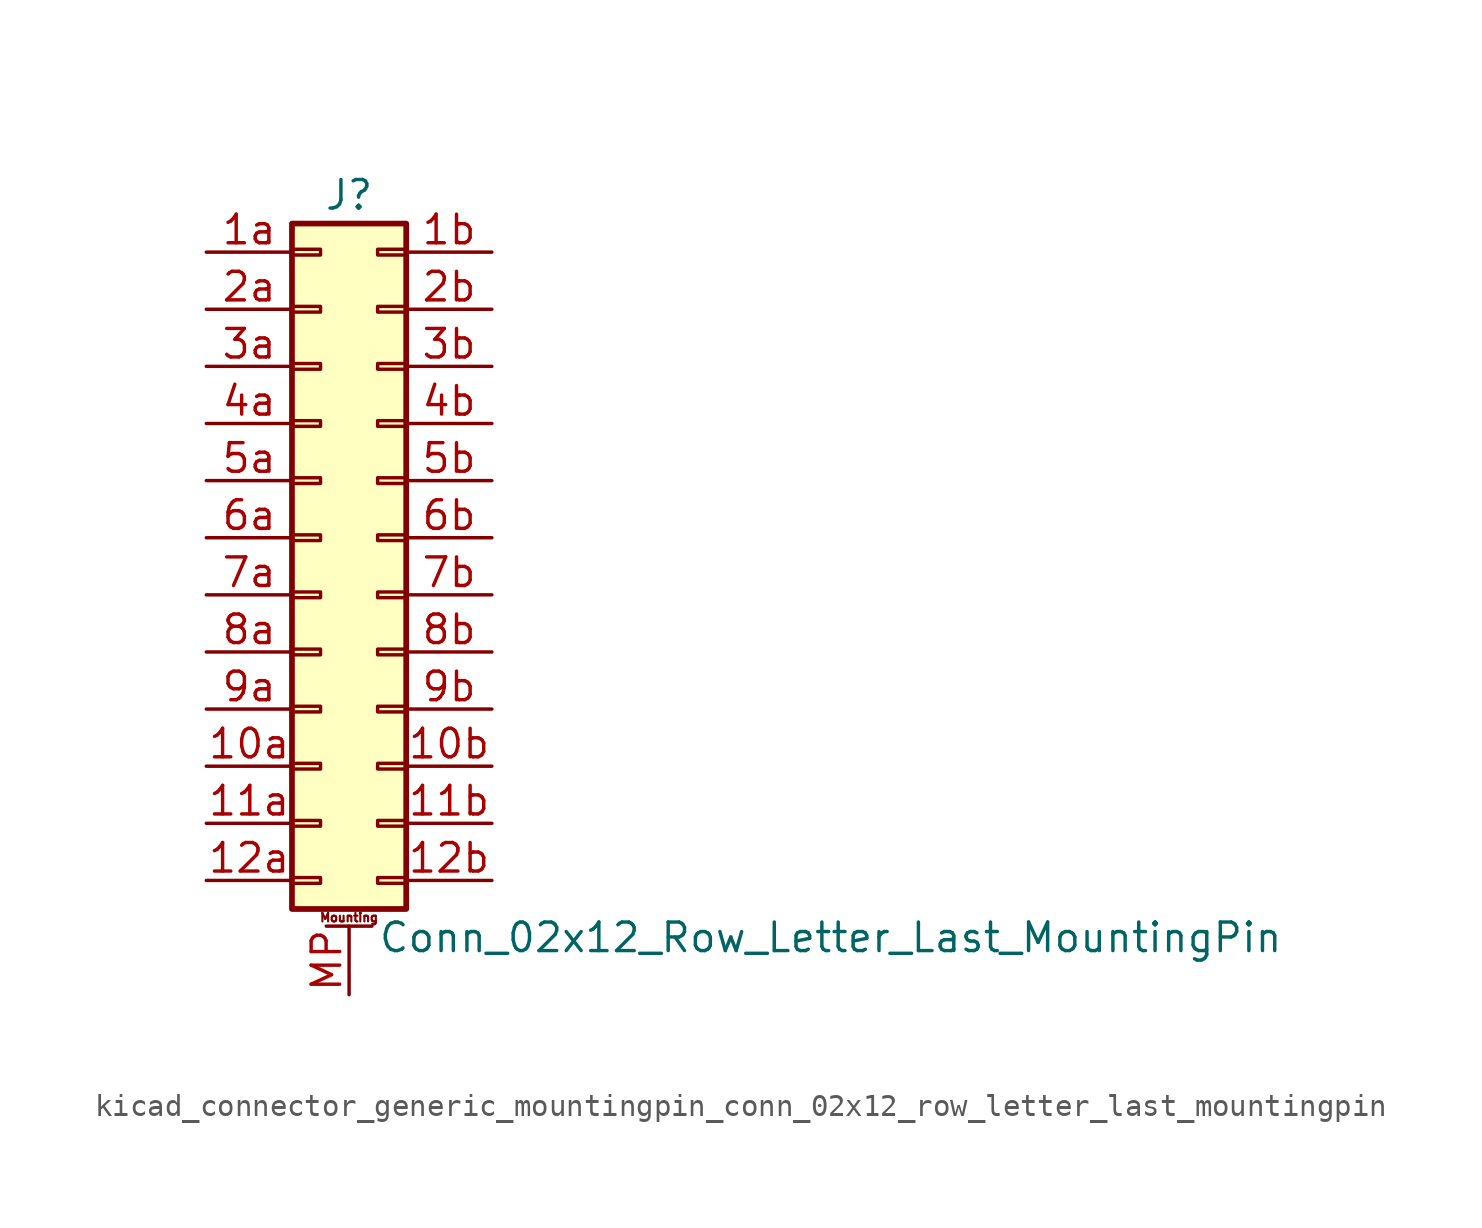
<source format=kicad_sym>
(kicad_symbol_lib
  (version 20220914)
  (generator kicad_symbol_editor)
  (symbol "kicad_connector_generic_mountingpin_conn_02x12_row_letter_last_mountingpin"
    (pin_names
      (offset 1.016) hide)
    (property "Reference" "J"
      (at 1.27 15.24 0)
      (effects (font (size 1.27 1.27))))
    (property "Value" "Conn_02x12_Row_Letter_Last_MountingPin"
      (at 2.54 -17.78 0)
      (effects (font (size 1.27 1.27)) (justify left)))
    (symbol "kicad_connector_generic_mountingpin_conn_02x12_row_letter_last_mountingpin_1_1"
      (rectangle (start -1.27 -15.113) (end 0 -15.367) (stroke (width 0.152) (type default)) (fill (type none)))
      (rectangle (start -1.27 -12.573) (end 0 -12.827) (stroke (width 0.152) (type default)) (fill (type none)))
      (rectangle (start -1.27 -10.033) (end 0 -10.287) (stroke (width 0.152) (type default)) (fill (type none)))
      (rectangle (start -1.27 -7.493) (end 0 -7.747) (stroke (width 0.152) (type default)) (fill (type none)))
      (rectangle (start -1.27 -4.953) (end 0 -5.207) (stroke (width 0.152) (type default)) (fill (type none)))
      (rectangle (start -1.27 -2.413) (end 0 -2.667) (stroke (width 0.152) (type default)) (fill (type none)))
      (rectangle (start -1.27 0.127) (end 0 -0.127) (stroke (width 0.152) (type default)) (fill (type none)))
      (rectangle (start -1.27 2.667) (end 0 2.413) (stroke (width 0.152) (type default)) (fill (type none)))
      (rectangle (start -1.27 5.207) (end 0 4.953) (stroke (width 0.152) (type default)) (fill (type none)))
      (rectangle (start -1.27 7.747) (end 0 7.493) (stroke (width 0.152) (type default)) (fill (type none)))
      (rectangle (start -1.27 10.287) (end 0 10.033) (stroke (width 0.152) (type default)) (fill (type none)))
      (rectangle (start -1.27 12.827) (end 0 12.573) (stroke (width 0.152) (type default)) (fill (type none)))
      (rectangle (start -1.27 13.97) (end 3.81 -16.51) (stroke (width 0.254) (type default)) (fill (type background)))
      (polyline (pts (xy 0.254 -17.272) (xy 2.286 -17.272)) (stroke (width 0.152) (type default)) (fill (type none)))
      (rectangle (start 3.81 -15.113) (end 2.54 -15.367) (stroke (width 0.152) (type default)) (fill (type none)))
      (rectangle (start 3.81 -12.573) (end 2.54 -12.827) (stroke (width 0.152) (type default)) (fill (type none)))
      (rectangle (start 3.81 -10.033) (end 2.54 -10.287) (stroke (width 0.152) (type default)) (fill (type none)))
      (rectangle (start 3.81 -7.493) (end 2.54 -7.747) (stroke (width 0.152) (type default)) (fill (type none)))
      (rectangle (start 3.81 -4.953) (end 2.54 -5.207) (stroke (width 0.152) (type default)) (fill (type none)))
      (rectangle (start 3.81 -2.413) (end 2.54 -2.667) (stroke (width 0.152) (type default)) (fill (type none)))
      (rectangle (start 3.81 0.127) (end 2.54 -0.127) (stroke (width 0.152) (type default)) (fill (type none)))
      (rectangle (start 3.81 2.667) (end 2.54 2.413) (stroke (width 0.152) (type default)) (fill (type none)))
      (rectangle (start 3.81 5.207) (end 2.54 4.953) (stroke (width 0.152) (type default)) (fill (type none)))
      (rectangle (start 3.81 7.747) (end 2.54 7.493) (stroke (width 0.152) (type default)) (fill (type none)))
      (rectangle (start 3.81 10.287) (end 2.54 10.033) (stroke (width 0.152) (type default)) (fill (type none)))
      (rectangle (start 3.81 12.827) (end 2.54 12.573) (stroke (width 0.152) (type default)) (fill (type none)))
      (text "Mounting" (at 1.27 -16.891 0) (effects (font (size 0.381 0.381))))
      (pin passive line (at -5.08 -10.16 0) (length 3.81) (name "Pin_10a" (effects (font (size 1.27 1.27)))) (number "10a" (effects (font (size 1.27 1.27)))))
      (pin passive line (at 7.62 -10.16 180) (length 3.81) (name "Pin_10b" (effects (font (size 1.27 1.27)))) (number "10b" (effects (font (size 1.27 1.27)))))
      (pin passive line (at -5.08 -12.7 0) (length 3.81) (name "Pin_11a" (effects (font (size 1.27 1.27)))) (number "11a" (effects (font (size 1.27 1.27)))))
      (pin passive line (at 7.62 -12.7 180) (length 3.81) (name "Pin_11b" (effects (font (size 1.27 1.27)))) (number "11b" (effects (font (size 1.27 1.27)))))
      (pin passive line (at -5.08 -15.24 0) (length 3.81) (name "Pin_12a" (effects (font (size 1.27 1.27)))) (number "12a" (effects (font (size 1.27 1.27)))))
      (pin passive line (at 7.62 -15.24 180) (length 3.81) (name "Pin_12b" (effects (font (size 1.27 1.27)))) (number "12b" (effects (font (size 1.27 1.27)))))
      (pin passive line (at -5.08 12.7 0) (length 3.81) (name "Pin_1a" (effects (font (size 1.27 1.27)))) (number "1a" (effects (font (size 1.27 1.27)))))
      (pin passive line (at 7.62 12.7 180) (length 3.81) (name "Pin_1b" (effects (font (size 1.27 1.27)))) (number "1b" (effects (font (size 1.27 1.27)))))
      (pin passive line (at -5.08 10.16 0) (length 3.81) (name "Pin_2a" (effects (font (size 1.27 1.27)))) (number "2a" (effects (font (size 1.27 1.27)))))
      (pin passive line (at 7.62 10.16 180) (length 3.81) (name "Pin_2b" (effects (font (size 1.27 1.27)))) (number "2b" (effects (font (size 1.27 1.27)))))
      (pin passive line (at -5.08 7.62 0) (length 3.81) (name "Pin_3a" (effects (font (size 1.27 1.27)))) (number "3a" (effects (font (size 1.27 1.27)))))
      (pin passive line (at 7.62 7.62 180) (length 3.81) (name "Pin_3b" (effects (font (size 1.27 1.27)))) (number "3b" (effects (font (size 1.27 1.27)))))
      (pin passive line (at -5.08 5.08 0) (length 3.81) (name "Pin_4a" (effects (font (size 1.27 1.27)))) (number "4a" (effects (font (size 1.27 1.27)))))
      (pin passive line (at 7.62 5.08 180) (length 3.81) (name "Pin_4b" (effects (font (size 1.27 1.27)))) (number "4b" (effects (font (size 1.27 1.27)))))
      (pin passive line (at -5.08 2.54 0) (length 3.81) (name "Pin_5a" (effects (font (size 1.27 1.27)))) (number "5a" (effects (font (size 1.27 1.27)))))
      (pin passive line (at 7.62 2.54 180) (length 3.81) (name "Pin_5b" (effects (font (size 1.27 1.27)))) (number "5b" (effects (font (size 1.27 1.27)))))
      (pin passive line (at -5.08 0 0) (length 3.81) (name "Pin_6a" (effects (font (size 1.27 1.27)))) (number "6a" (effects (font (size 1.27 1.27)))))
      (pin passive line (at 7.62 0 180) (length 3.81) (name "Pin_6b" (effects (font (size 1.27 1.27)))) (number "6b" (effects (font (size 1.27 1.27)))))
      (pin passive line (at -5.08 -2.54 0) (length 3.81) (name "Pin_7a" (effects (font (size 1.27 1.27)))) (number "7a" (effects (font (size 1.27 1.27)))))
      (pin passive line (at 7.62 -2.54 180) (length 3.81) (name "Pin_7b" (effects (font (size 1.27 1.27)))) (number "7b" (effects (font (size 1.27 1.27)))))
      (pin passive line (at -5.08 -5.08 0) (length 3.81) (name "Pin_8a" (effects (font (size 1.27 1.27)))) (number "8a" (effects (font (size 1.27 1.27)))))
      (pin passive line (at 7.62 -5.08 180) (length 3.81) (name "Pin_8b" (effects (font (size 1.27 1.27)))) (number "8b" (effects (font (size 1.27 1.27)))))
      (pin passive line (at -5.08 -7.62 0) (length 3.81) (name "Pin_9a" (effects (font (size 1.27 1.27)))) (number "9a" (effects (font (size 1.27 1.27)))))
      (pin passive line (at 7.62 -7.62 180) (length 3.81) (name "Pin_9b" (effects (font (size 1.27 1.27)))) (number "9b" (effects (font (size 1.27 1.27)))))
      (pin passive line (at 1.27 -20.32 90) (length 3.048) (name "MountPin" (effects (font (size 1.27 1.27)))) (number "MP" (effects (font (size 1.27 1.27))))))))
</source>
